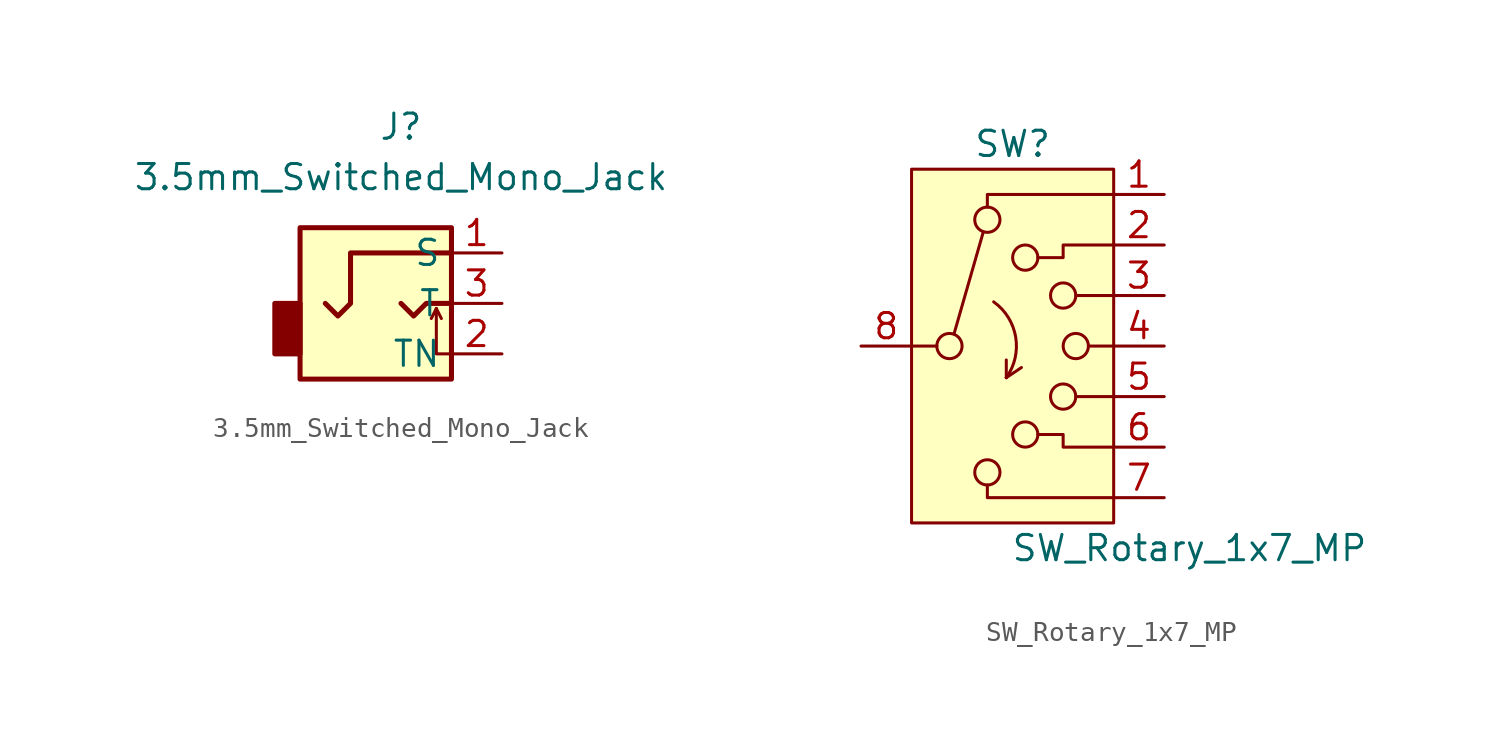
<source format=kicad_sym>
(kicad_symbol_lib
  (version 20220914)
  (generator kicad_symbol_editor)
  (symbol "3.5mm_Switched_Mono_Jack"
    (property "Reference" "J"
      (at 0 13.97 0)
      (effects (font (size 1.27 1.27))))
    (property "Value" "3.5mm_Switched_Mono_Jack"
      (at 0 11.43 0)
      (effects (font (size 1.27 1.27))))
    (symbol "3.5mm_Switched_Mono_Jack_0_1"
      (rectangle (start -5.08 5.08) (end -6.35 2.54) (stroke (width 0.254) (type default)) (fill (type outline)))
      (rectangle (start -5.08 8.89) (end 2.54 1.27) (stroke (width 0.254) (type default)) (fill (type background)))
      (polyline (pts (xy 1.778 4.826) (xy 2.032 4.318)) (stroke (width 0) (type default)) (fill (type none)))
      (polyline (pts (xy 0 5.08) (xy 0.635 4.445) (xy 1.27 5.08) (xy 2.54 5.08)) (stroke (width 0.254) (type default)) (fill (type none)))
      (polyline (pts (xy 2.54 2.54) (xy 1.778 2.54) (xy 1.778 4.826) (xy 1.524 4.318)) (stroke (width 0) (type default)) (fill (type none)))
      (polyline (pts (xy 2.54 7.62) (xy -2.54 7.62) (xy -2.54 5.08) (xy -3.175 4.445) (xy -3.81 5.08)) (stroke (width 0.254) (type default)) (fill (type none))))
    (symbol "3.5mm_Switched_Mono_Jack_1_1"
      (pin passive line (at 5.08 7.62 180) (length 2.54) (name "S" (effects (font (size 1.27 1.27)))) (number "1" (effects (font (size 1.27 1.27)))))
      (pin passive line (at 5.08 2.54 180) (length 2.54) (name "TN" (effects (font (size 1.27 1.27)))) (number "2" (effects (font (size 1.27 1.27)))))
      (pin passive line (at 5.08 5.08 180) (length 2.54) (name "T" (effects (font (size 1.27 1.27)))) (number "3" (effects (font (size 1.27 1.27)))))))
  (symbol "SW_Rotary_1x7_MP"
    (pin_names
      (offset 0.002) hide)
    (property "Reference" "SW"
      (at 0 10.16 0)
      (effects (font (size 1.27 1.27))))
    (property "Value" "SW_Rotary_1x7_MP"
      (at 8.89 -10.16 0)
      (effects (font (size 1.27 1.27))))
    (symbol "SW_Rotary_1x7_MP_0_1"
      (circle (center -3.175 0) (radius 0.635) (stroke (width 0) (type default)) (fill (type none)))
      (circle (center -1.27 -6.35) (radius 0.635) (stroke (width 0) (type default)) (fill (type none)))
      (circle (center -1.27 6.35) (radius 0.635) (stroke (width 0) (type default)) (fill (type none)))
      (arc (start -0.3176 -1.5875) (mid 0.154 0.449) (end -0.9526 2.2225) (stroke (width 0) (type default)) (fill (type none)))
      (polyline (pts (xy -5.08 0) (xy -3.81 0)) (stroke (width 0) (type default)) (fill (type none)))
      (polyline (pts (xy -2.946 0.61) (xy -1.473 5.74)) (stroke (width 0) (type default)) (fill (type none)))
      (polyline (pts (xy -0.318 -1.587) (xy -0.318 -1.587)) (stroke (width 0) (type default)) (fill (type none)))
      (polyline (pts (xy -0.318 -1.587) (xy -0.318 -0.699)) (stroke (width 0) (type default)) (fill (type none)))
      (polyline (pts (xy -0.318 -1.587) (xy 0.444 -1.079)) (stroke (width 0) (type default)) (fill (type none)))
      (polyline (pts (xy 5.08 -2.54) (xy 3.175 -2.54)) (stroke (width 0) (type default)) (fill (type none)))
      (polyline (pts (xy 5.08 0) (xy 3.81 0)) (stroke (width 0) (type default)) (fill (type none)))
      (polyline (pts (xy 5.08 2.54) (xy 3.175 2.54)) (stroke (width 0) (type default)) (fill (type none)))
      (polyline (pts (xy 5.08 -7.62) (xy -1.27 -7.62) (xy -1.27 -7.62) (xy -1.27 -6.985)) (stroke (width 0) (type default)) (fill (type none)))
      (polyline (pts (xy 5.08 -5.08) (xy 2.54 -5.08) (xy 2.54 -4.445) (xy 1.27 -4.445)) (stroke (width 0) (type default)) (fill (type none)))
      (polyline (pts (xy 5.08 5.08) (xy 2.54 5.08) (xy 2.54 4.445) (xy 1.27 4.445)) (stroke (width 0) (type default)) (fill (type none)))
      (polyline (pts (xy 5.08 7.62) (xy -1.27 7.62) (xy -1.27 7.62) (xy -1.27 6.985)) (stroke (width 0) (type default)) (fill (type none)))
      (circle (center 0.635 -4.445) (radius 0.635) (stroke (width 0) (type default)) (fill (type none)))
      (circle (center 0.635 4.445) (radius 0.635) (stroke (width 0) (type default)) (fill (type none)))
      (circle (center 2.54 -2.54) (radius 0.635) (stroke (width 0) (type default)) (fill (type none)))
      (circle (center 2.54 2.54) (radius 0.635) (stroke (width 0) (type default)) (fill (type none)))
      (circle (center 3.175 0) (radius 0.635) (stroke (width 0) (type default)) (fill (type none))))
    (symbol "SW_Rotary_1x7_MP_1_1"
      (polyline (pts (xy -5.08 8.89) (xy 5.08 8.89) (xy 5.08 -8.89) (xy -5.08 -8.89) (xy -5.08 8.89) (xy -5.08 8.89)) (stroke (width 0) (type default)) (fill (type background)))
      (pin passive line (at 7.62 7.62 180) (length 2.54) (name "" (effects (font (size 1.27 1.27)))) (number "1" (effects (font (size 1.27 1.27)))))
      (pin passive line (at 7.62 5.08 180) (length 2.54) (name "" (effects (font (size 1.27 1.27)))) (number "2" (effects (font (size 1.27 1.27)))))
      (pin passive line (at 7.62 2.54 180) (length 2.54) (name "" (effects (font (size 1.27 1.27)))) (number "3" (effects (font (size 1.27 1.27)))))
      (pin passive line (at 7.62 0 180) (length 2.54) (name "" (effects (font (size 1.27 1.27)))) (number "4" (effects (font (size 1.27 1.27)))))
      (pin passive line (at 7.62 -2.54 180) (length 2.54) (name "" (effects (font (size 1.27 1.27)))) (number "5" (effects (font (size 1.27 1.27)))))
      (pin passive line (at 7.62 -5.08 180) (length 2.54) (name "" (effects (font (size 1.27 1.27)))) (number "6" (effects (font (size 1.27 1.27)))))
      (pin passive line (at 7.62 -7.62 180) (length 2.54) (name "" (effects (font (size 1.27 1.27)))) (number "7" (effects (font (size 1.27 1.27)))))
      (pin passive line (at -7.62 0 0) (length 2.54) (name "" (effects (font (size 1.27 1.27)))) (number "8" (effects (font (size 1.27 1.27))))))))
</source>
